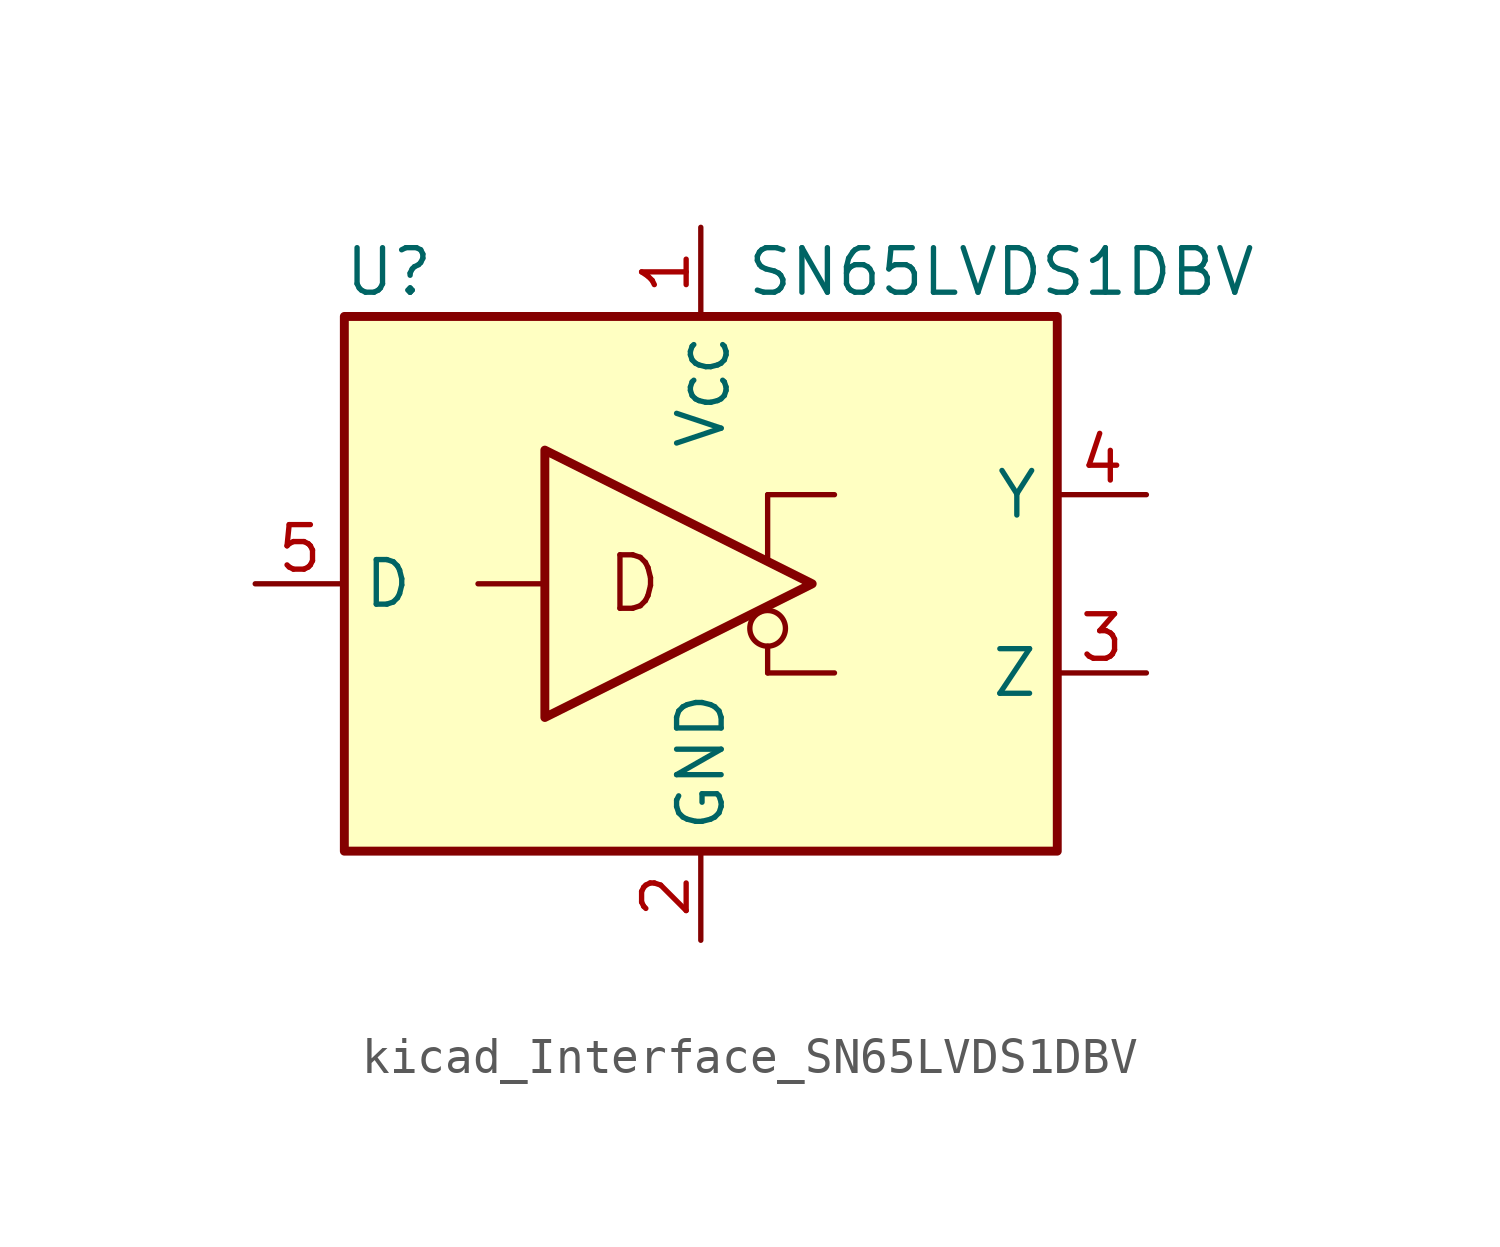
<source format=kicad_sym>
(kicad_symbol_lib
  (version 20220914)
  (generator kicad_symbol_editor)
  (symbol "kicad_Interface_SN65LVDS1DBV"
    (property "Reference" "U"
      (at -8.89 8.89 0)
      (effects (font (size 1.27 1.27))))
    (property "Value" "SN65LVDS1DBV"
      (at 1.27 8.89 0)
      (effects (font (size 1.27 1.27)) (justify left)))
    (symbol "kicad_Interface_SN65LVDS1DBV_1_0"
      (rectangle (start -10.16 7.62) (end 10.16 -7.62) (stroke (width 0.254) (type default) (color 0 0 0 0)) (fill (type background)))
      (polyline (pts (xy 1.905 -1.778) (xy 1.905 -2.54)) (stroke (width 0) (type default) (color 0 0 0 0)) (fill (type none)))
      (polyline (pts (xy 1.905 0.635) (xy 1.905 2.54)) (stroke (width 0) (type default) (color 0 0 0 0)) (fill (type none)))
      (circle (center 1.905 -1.27) (radius 0.508) (stroke (width 0) (type default) (color 0 0 0 0)) (fill (type none)))
      (text "D" (at -1.905 0 0) (effects (font (size 1.524 1.524)))))
    (symbol "kicad_Interface_SN65LVDS1DBV_1_1"
      (polyline (pts (xy -6.35 0) (xy -4.445 0)) (stroke (width 0) (type default) (color 0 0 0 0)) (fill (type none)))
      (polyline (pts (xy 1.905 -2.54) (xy 3.81 -2.54)) (stroke (width 0) (type default) (color 0 0 0 0)) (fill (type none)))
      (polyline (pts (xy 3.81 2.54) (xy 1.905 2.54)) (stroke (width 0) (type default) (color 0 0 0 0)) (fill (type none)))
      (polyline (pts (xy -4.445 -3.81) (xy -4.445 3.81) (xy 3.175 0) (xy -4.445 -3.81)) (stroke (width 0.254) (type default) (color 0 0 0 0)) (fill (type none)))
      (pin power_in line (at 0 10.16 270) (length 2.54) (name "V_{CC}" (effects (font (size 1.27 1.27)))) (number "1" (effects (font (size 1.27 1.27)))))
      (pin power_in line (at 0 -10.16 90) (length 2.54) (name "GND" (effects (font (size 1.27 1.27)))) (number "2" (effects (font (size 1.27 1.27)))))
      (pin output line (at 12.7 -2.54 180) (length 2.54) (name "Z" (effects (font (size 1.27 1.27)))) (number "3" (effects (font (size 1.27 1.27)))))
      (pin output line (at 12.7 2.54 180) (length 2.54) (name "Y" (effects (font (size 1.27 1.27)))) (number "4" (effects (font (size 1.27 1.27)))))
      (pin input line (at -12.7 0 0) (length 2.54) (name "D" (effects (font (size 1.27 1.27)))) (number "5" (effects (font (size 1.27 1.27))))))))
</source>
